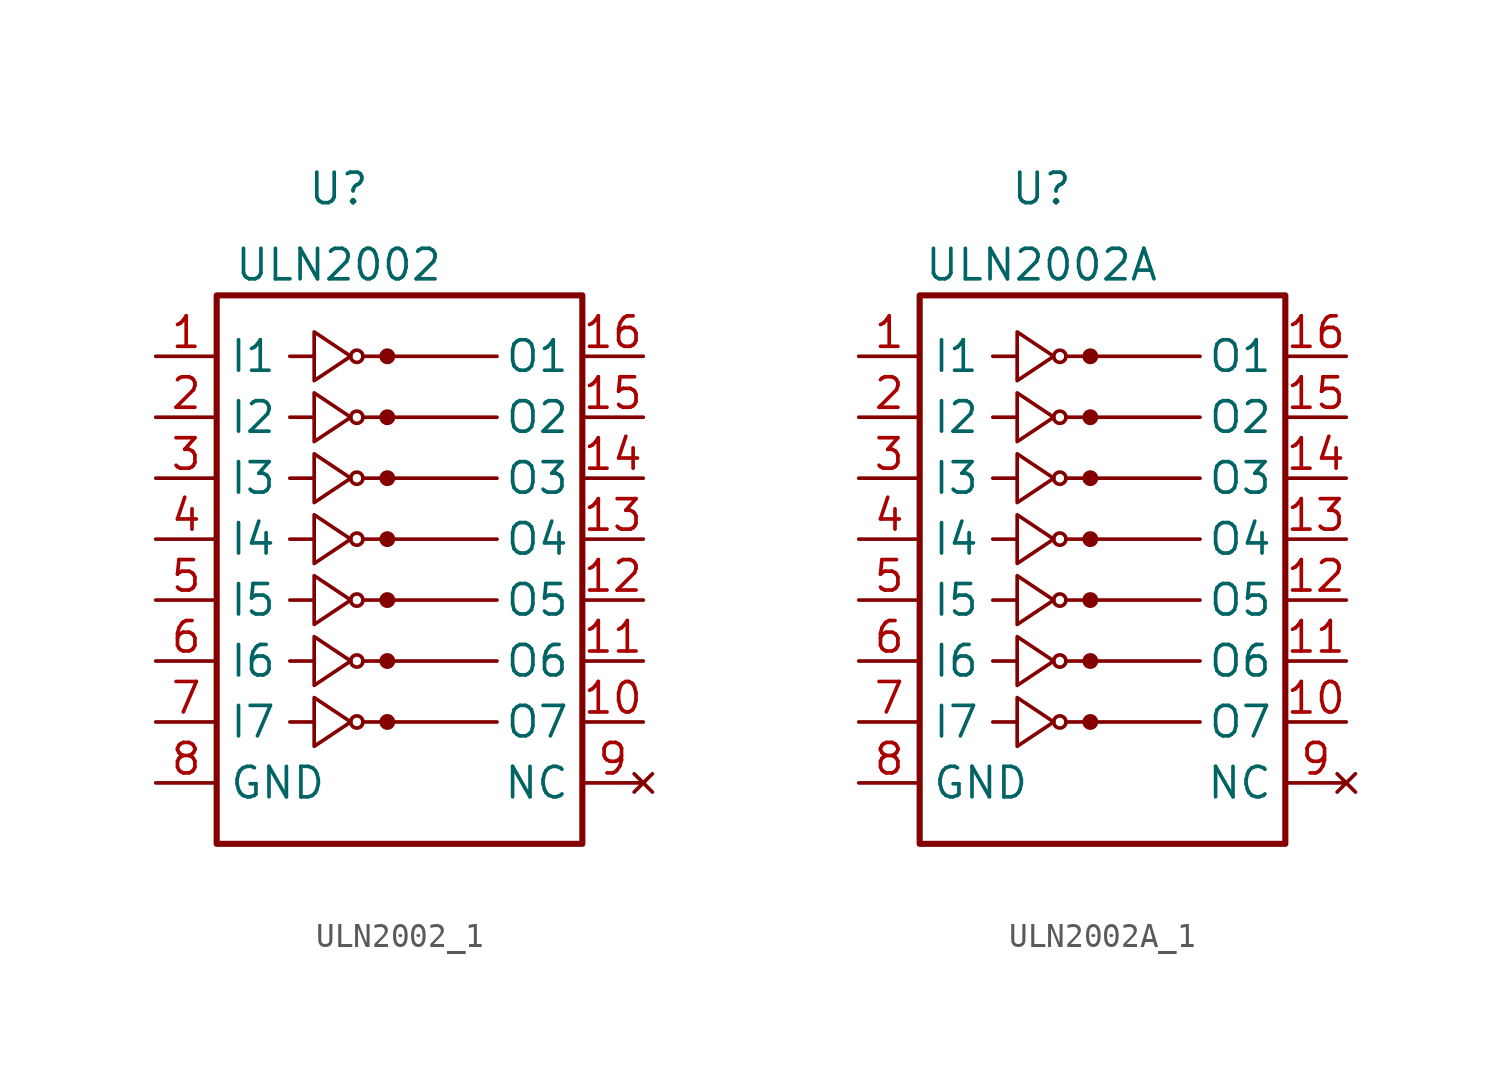
<source format=kicad_sym>
(kicad_symbol_lib
  (version 20231120)
  (generator "kicad_symbol_editor")
  (generator_version "8.0")
  (symbol "ULN2002_1"
    (property "Reference" "U"
      (at -2.54 12.065 0)
      (effects (font (size 1.27 1.27))))
    (property "Value" "ULN2002"
      (at -2.54 8.89 0)
      (effects (font (size 1.27 1.27))))
    (symbol "ULN2002_1_0_1"
      (rectangle (start -7.62 -15.24) (end 7.62 7.62) (stroke (width 0.254) (type default)) (fill (type none)))
      (circle (center -1.778 5.08) (radius 0.254) (stroke (width 0) (type default)) (fill (type none)))
      (circle (center -0.508 5.08) (radius 0.254) (stroke (width 0) (type default)) (fill (type outline)))
      (polyline (pts (xy -4.572 5.08) (xy -3.556 5.08)) (stroke (width 0) (type default)) (fill (type none)))
      (polyline (pts (xy -1.524 5.08) (xy 4.064 5.08)) (stroke (width 0) (type default)) (fill (type none)))
      (polyline (pts (xy -3.556 6.096) (xy -3.556 4.064) (xy -2.032 5.08) (xy -3.556 6.096)) (stroke (width 0) (type default)) (fill (type none))))
    (symbol "ULN2002_1_1_1"
      (circle (center -1.778 -10.16) (radius 0.254) (stroke (width 0) (type default)) (fill (type none)))
      (circle (center -1.778 -7.62) (radius 0.254) (stroke (width 0) (type default)) (fill (type none)))
      (circle (center -1.778 -5.08) (radius 0.254) (stroke (width 0) (type default)) (fill (type none)))
      (circle (center -1.778 -2.54) (radius 0.254) (stroke (width 0) (type default)) (fill (type none)))
      (circle (center -1.778 0) (radius 0.254) (stroke (width 0) (type default)) (fill (type none)))
      (circle (center -1.778 2.54) (radius 0.254) (stroke (width 0) (type default)) (fill (type none)))
      (circle (center -0.508 -10.16) (radius 0.254) (stroke (width 0) (type default)) (fill (type outline)))
      (circle (center -0.508 -7.62) (radius 0.254) (stroke (width 0) (type default)) (fill (type outline)))
      (circle (center -0.508 -5.08) (radius 0.254) (stroke (width 0) (type default)) (fill (type outline)))
      (circle (center -0.508 -2.54) (radius 0.254) (stroke (width 0) (type default)) (fill (type outline)))
      (circle (center -0.508 0) (radius 0.254) (stroke (width 0) (type default)) (fill (type outline)))
      (circle (center -0.508 2.54) (radius 0.254) (stroke (width 0) (type default)) (fill (type outline)))
      (polyline (pts (xy -4.572 -10.16) (xy -3.556 -10.16)) (stroke (width 0) (type default)) (fill (type none)))
      (polyline (pts (xy -4.572 -7.62) (xy -3.556 -7.62)) (stroke (width 0) (type default)) (fill (type none)))
      (polyline (pts (xy -4.572 -5.08) (xy -3.556 -5.08)) (stroke (width 0) (type default)) (fill (type none)))
      (polyline (pts (xy -4.572 -2.54) (xy -3.556 -2.54)) (stroke (width 0) (type default)) (fill (type none)))
      (polyline (pts (xy -4.572 0) (xy -3.556 0)) (stroke (width 0) (type default)) (fill (type none)))
      (polyline (pts (xy -4.572 2.54) (xy -3.556 2.54)) (stroke (width 0) (type default)) (fill (type none)))
      (polyline (pts (xy -1.524 -10.16) (xy 4.064 -10.16)) (stroke (width 0) (type default)) (fill (type none)))
      (polyline (pts (xy -1.524 -7.62) (xy 4.064 -7.62)) (stroke (width 0) (type default)) (fill (type none)))
      (polyline (pts (xy -1.524 -5.08) (xy 4.064 -5.08)) (stroke (width 0) (type default)) (fill (type none)))
      (polyline (pts (xy -1.524 -2.54) (xy 4.064 -2.54)) (stroke (width 0) (type default)) (fill (type none)))
      (polyline (pts (xy -1.524 0) (xy 4.064 0)) (stroke (width 0) (type default)) (fill (type none)))
      (polyline (pts (xy -1.524 2.54) (xy 4.064 2.54)) (stroke (width 0) (type default)) (fill (type none)))
      (polyline (pts (xy -3.556 -9.144) (xy -3.556 -11.176) (xy -2.032 -10.16) (xy -3.556 -9.144)) (stroke (width 0) (type default)) (fill (type none)))
      (polyline (pts (xy -3.556 -6.604) (xy -3.556 -8.636) (xy -2.032 -7.62) (xy -3.556 -6.604)) (stroke (width 0) (type default)) (fill (type none)))
      (polyline (pts (xy -3.556 -4.064) (xy -3.556 -6.096) (xy -2.032 -5.08) (xy -3.556 -4.064)) (stroke (width 0) (type default)) (fill (type none)))
      (polyline (pts (xy -3.556 -1.524) (xy -3.556 -3.556) (xy -2.032 -2.54) (xy -3.556 -1.524)) (stroke (width 0) (type default)) (fill (type none)))
      (polyline (pts (xy -3.556 1.016) (xy -3.556 -1.016) (xy -2.032 0) (xy -3.556 1.016)) (stroke (width 0) (type default)) (fill (type none)))
      (polyline (pts (xy -3.556 3.556) (xy -3.556 1.524) (xy -2.032 2.54) (xy -3.556 3.556)) (stroke (width 0) (type default)) (fill (type none)))
      (pin input line (at -10.16 5.08 0) (length 2.54) (name "I1" (effects (font (size 1.27 1.27)))) (number "1" (effects (font (size 1.27 1.27)))))
      (pin open_collector line (at 10.16 -10.16 180) (length 2.54) (name "O7" (effects (font (size 1.27 1.27)))) (number "10" (effects (font (size 1.27 1.27)))))
      (pin open_collector line (at 10.16 -7.62 180) (length 2.54) (name "O6" (effects (font (size 1.27 1.27)))) (number "11" (effects (font (size 1.27 1.27)))))
      (pin open_collector line (at 10.16 -5.08 180) (length 2.54) (name "O5" (effects (font (size 1.27 1.27)))) (number "12" (effects (font (size 1.27 1.27)))))
      (pin open_collector line (at 10.16 -2.54 180) (length 2.54) (name "O4" (effects (font (size 1.27 1.27)))) (number "13" (effects (font (size 1.27 1.27)))))
      (pin open_collector line (at 10.16 0 180) (length 2.54) (name "O3" (effects (font (size 1.27 1.27)))) (number "14" (effects (font (size 1.27 1.27)))))
      (pin open_collector line (at 10.16 2.54 180) (length 2.54) (name "O2" (effects (font (size 1.27 1.27)))) (number "15" (effects (font (size 1.27 1.27)))))
      (pin open_collector line (at 10.16 5.08 180) (length 2.54) (name "O1" (effects (font (size 1.27 1.27)))) (number "16" (effects (font (size 1.27 1.27)))))
      (pin input line (at -10.16 2.54 0) (length 2.54) (name "I2" (effects (font (size 1.27 1.27)))) (number "2" (effects (font (size 1.27 1.27)))))
      (pin input line (at -10.16 0 0) (length 2.54) (name "I3" (effects (font (size 1.27 1.27)))) (number "3" (effects (font (size 1.27 1.27)))))
      (pin input line (at -10.16 -2.54 0) (length 2.54) (name "I4" (effects (font (size 1.27 1.27)))) (number "4" (effects (font (size 1.27 1.27)))))
      (pin input line (at -10.16 -5.08 0) (length 2.54) (name "I5" (effects (font (size 1.27 1.27)))) (number "5" (effects (font (size 1.27 1.27)))))
      (pin input line (at -10.16 -7.62 0) (length 2.54) (name "I6" (effects (font (size 1.27 1.27)))) (number "6" (effects (font (size 1.27 1.27)))))
      (pin input line (at -10.16 -10.16 0) (length 2.54) (name "I7" (effects (font (size 1.27 1.27)))) (number "7" (effects (font (size 1.27 1.27)))))
      (pin power_in line (at -10.16 -12.7 0) (length 2.54) (name "GND" (effects (font (size 1.27 1.27)))) (number "8" (effects (font (size 1.27 1.27)))))
      (pin no_connect line (at 10.16 -12.7 180) (length 2.54) (name "NC" (effects (font (size 1.27 1.27)))) (number "9" (effects (font (size 1.27 1.27)))))))
  (symbol "ULN2002A_1"
    (property "Reference" "U"
      (at -2.54 12.065 0)
      (effects (font (size 1.27 1.27))))
    (property "Value" "ULN2002A"
      (at -2.54 8.89 0)
      (effects (font (size 1.27 1.27))))
    (symbol "ULN2002A_1_0_1"
      (rectangle (start -7.62 -15.24) (end 7.62 7.62) (stroke (width 0.254) (type default)) (fill (type none)))
      (circle (center -1.778 5.08) (radius 0.254) (stroke (width 0) (type default)) (fill (type none)))
      (circle (center -0.508 5.08) (radius 0.254) (stroke (width 0) (type default)) (fill (type outline)))
      (polyline (pts (xy -4.572 5.08) (xy -3.556 5.08)) (stroke (width 0) (type default)) (fill (type none)))
      (polyline (pts (xy -1.524 5.08) (xy 4.064 5.08)) (stroke (width 0) (type default)) (fill (type none)))
      (polyline (pts (xy -3.556 6.096) (xy -3.556 4.064) (xy -2.032 5.08) (xy -3.556 6.096)) (stroke (width 0) (type default)) (fill (type none))))
    (symbol "ULN2002A_1_1_1"
      (circle (center -1.778 -10.16) (radius 0.254) (stroke (width 0) (type default)) (fill (type none)))
      (circle (center -1.778 -7.62) (radius 0.254) (stroke (width 0) (type default)) (fill (type none)))
      (circle (center -1.778 -5.08) (radius 0.254) (stroke (width 0) (type default)) (fill (type none)))
      (circle (center -1.778 -2.54) (radius 0.254) (stroke (width 0) (type default)) (fill (type none)))
      (circle (center -1.778 0) (radius 0.254) (stroke (width 0) (type default)) (fill (type none)))
      (circle (center -1.778 2.54) (radius 0.254) (stroke (width 0) (type default)) (fill (type none)))
      (circle (center -0.508 -10.16) (radius 0.254) (stroke (width 0) (type default)) (fill (type outline)))
      (circle (center -0.508 -7.62) (radius 0.254) (stroke (width 0) (type default)) (fill (type outline)))
      (circle (center -0.508 -5.08) (radius 0.254) (stroke (width 0) (type default)) (fill (type outline)))
      (circle (center -0.508 -2.54) (radius 0.254) (stroke (width 0) (type default)) (fill (type outline)))
      (circle (center -0.508 0) (radius 0.254) (stroke (width 0) (type default)) (fill (type outline)))
      (circle (center -0.508 2.54) (radius 0.254) (stroke (width 0) (type default)) (fill (type outline)))
      (polyline (pts (xy -4.572 -10.16) (xy -3.556 -10.16)) (stroke (width 0) (type default)) (fill (type none)))
      (polyline (pts (xy -4.572 -7.62) (xy -3.556 -7.62)) (stroke (width 0) (type default)) (fill (type none)))
      (polyline (pts (xy -4.572 -5.08) (xy -3.556 -5.08)) (stroke (width 0) (type default)) (fill (type none)))
      (polyline (pts (xy -4.572 -2.54) (xy -3.556 -2.54)) (stroke (width 0) (type default)) (fill (type none)))
      (polyline (pts (xy -4.572 0) (xy -3.556 0)) (stroke (width 0) (type default)) (fill (type none)))
      (polyline (pts (xy -4.572 2.54) (xy -3.556 2.54)) (stroke (width 0) (type default)) (fill (type none)))
      (polyline (pts (xy -1.524 -10.16) (xy 4.064 -10.16)) (stroke (width 0) (type default)) (fill (type none)))
      (polyline (pts (xy -1.524 -7.62) (xy 4.064 -7.62)) (stroke (width 0) (type default)) (fill (type none)))
      (polyline (pts (xy -1.524 -5.08) (xy 4.064 -5.08)) (stroke (width 0) (type default)) (fill (type none)))
      (polyline (pts (xy -1.524 -2.54) (xy 4.064 -2.54)) (stroke (width 0) (type default)) (fill (type none)))
      (polyline (pts (xy -1.524 0) (xy 4.064 0)) (stroke (width 0) (type default)) (fill (type none)))
      (polyline (pts (xy -1.524 2.54) (xy 4.064 2.54)) (stroke (width 0) (type default)) (fill (type none)))
      (polyline (pts (xy -3.556 -9.144) (xy -3.556 -11.176) (xy -2.032 -10.16) (xy -3.556 -9.144)) (stroke (width 0) (type default)) (fill (type none)))
      (polyline (pts (xy -3.556 -6.604) (xy -3.556 -8.636) (xy -2.032 -7.62) (xy -3.556 -6.604)) (stroke (width 0) (type default)) (fill (type none)))
      (polyline (pts (xy -3.556 -4.064) (xy -3.556 -6.096) (xy -2.032 -5.08) (xy -3.556 -4.064)) (stroke (width 0) (type default)) (fill (type none)))
      (polyline (pts (xy -3.556 -1.524) (xy -3.556 -3.556) (xy -2.032 -2.54) (xy -3.556 -1.524)) (stroke (width 0) (type default)) (fill (type none)))
      (polyline (pts (xy -3.556 1.016) (xy -3.556 -1.016) (xy -2.032 0) (xy -3.556 1.016)) (stroke (width 0) (type default)) (fill (type none)))
      (polyline (pts (xy -3.556 3.556) (xy -3.556 1.524) (xy -2.032 2.54) (xy -3.556 3.556)) (stroke (width 0) (type default)) (fill (type none)))
      (pin input line (at -10.16 5.08 0) (length 2.54) (name "I1" (effects (font (size 1.27 1.27)))) (number "1" (effects (font (size 1.27 1.27)))))
      (pin open_collector line (at 10.16 -10.16 180) (length 2.54) (name "O7" (effects (font (size 1.27 1.27)))) (number "10" (effects (font (size 1.27 1.27)))))
      (pin open_collector line (at 10.16 -7.62 180) (length 2.54) (name "O6" (effects (font (size 1.27 1.27)))) (number "11" (effects (font (size 1.27 1.27)))))
      (pin open_collector line (at 10.16 -5.08 180) (length 2.54) (name "O5" (effects (font (size 1.27 1.27)))) (number "12" (effects (font (size 1.27 1.27)))))
      (pin open_collector line (at 10.16 -2.54 180) (length 2.54) (name "O4" (effects (font (size 1.27 1.27)))) (number "13" (effects (font (size 1.27 1.27)))))
      (pin open_collector line (at 10.16 0 180) (length 2.54) (name "O3" (effects (font (size 1.27 1.27)))) (number "14" (effects (font (size 1.27 1.27)))))
      (pin open_collector line (at 10.16 2.54 180) (length 2.54) (name "O2" (effects (font (size 1.27 1.27)))) (number "15" (effects (font (size 1.27 1.27)))))
      (pin open_collector line (at 10.16 5.08 180) (length 2.54) (name "O1" (effects (font (size 1.27 1.27)))) (number "16" (effects (font (size 1.27 1.27)))))
      (pin input line (at -10.16 2.54 0) (length 2.54) (name "I2" (effects (font (size 1.27 1.27)))) (number "2" (effects (font (size 1.27 1.27)))))
      (pin input line (at -10.16 0 0) (length 2.54) (name "I3" (effects (font (size 1.27 1.27)))) (number "3" (effects (font (size 1.27 1.27)))))
      (pin input line (at -10.16 -2.54 0) (length 2.54) (name "I4" (effects (font (size 1.27 1.27)))) (number "4" (effects (font (size 1.27 1.27)))))
      (pin input line (at -10.16 -5.08 0) (length 2.54) (name "I5" (effects (font (size 1.27 1.27)))) (number "5" (effects (font (size 1.27 1.27)))))
      (pin input line (at -10.16 -7.62 0) (length 2.54) (name "I6" (effects (font (size 1.27 1.27)))) (number "6" (effects (font (size 1.27 1.27)))))
      (pin input line (at -10.16 -10.16 0) (length 2.54) (name "I7" (effects (font (size 1.27 1.27)))) (number "7" (effects (font (size 1.27 1.27)))))
      (pin power_in line (at -10.16 -12.7 0) (length 2.54) (name "GND" (effects (font (size 1.27 1.27)))) (number "8" (effects (font (size 1.27 1.27)))))
      (pin no_connect line (at 10.16 -12.7 180) (length 2.54) (name "NC" (effects (font (size 1.27 1.27)))) (number "9" (effects (font (size 1.27 1.27))))))))
</source>
